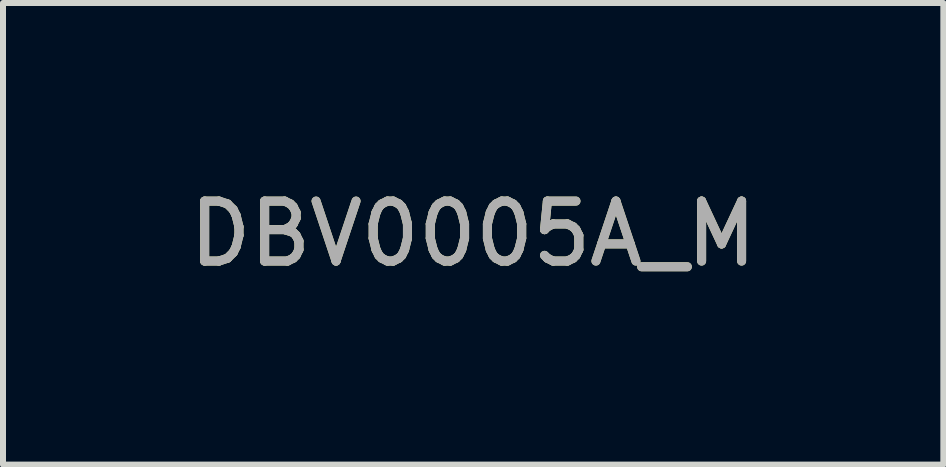
<source format=kicad_pcb>
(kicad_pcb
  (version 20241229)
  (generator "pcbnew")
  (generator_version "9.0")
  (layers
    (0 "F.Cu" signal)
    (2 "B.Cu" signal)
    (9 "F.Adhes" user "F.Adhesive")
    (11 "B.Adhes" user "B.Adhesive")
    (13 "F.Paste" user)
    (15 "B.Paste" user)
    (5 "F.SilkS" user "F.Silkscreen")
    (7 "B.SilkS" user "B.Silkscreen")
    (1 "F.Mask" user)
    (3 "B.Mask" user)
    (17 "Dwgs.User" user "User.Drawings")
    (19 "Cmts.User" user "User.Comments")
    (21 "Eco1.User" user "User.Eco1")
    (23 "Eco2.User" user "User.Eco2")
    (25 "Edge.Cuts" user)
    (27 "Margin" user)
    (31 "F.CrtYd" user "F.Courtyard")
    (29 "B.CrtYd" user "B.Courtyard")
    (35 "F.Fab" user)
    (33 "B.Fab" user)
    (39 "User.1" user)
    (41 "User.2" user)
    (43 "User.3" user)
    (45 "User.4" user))
  (footprint "DBV0005A_M"
    (layer "F.Cu")
    (at 4.839 0.848)
    (property "Reference" "DBV0005A_M" (at 0 0 0) (unlocked yes) (layer "F.SilkS") (effects (font (size 1 1) (thickness 0.15))))
    (fp_text user "${REFERENCE}" (at 0 0 0) (unlocked yes) (layer "F.Fab") (effects (font (size 1 1) (thickness 0.15)))))
  (gr_rect
    (start -3 -3)
    (end 12.679 4.697)
    (stroke (width 0.1) (type default))
    (fill no)
    (layer "Edge.Cuts")))
</source>
